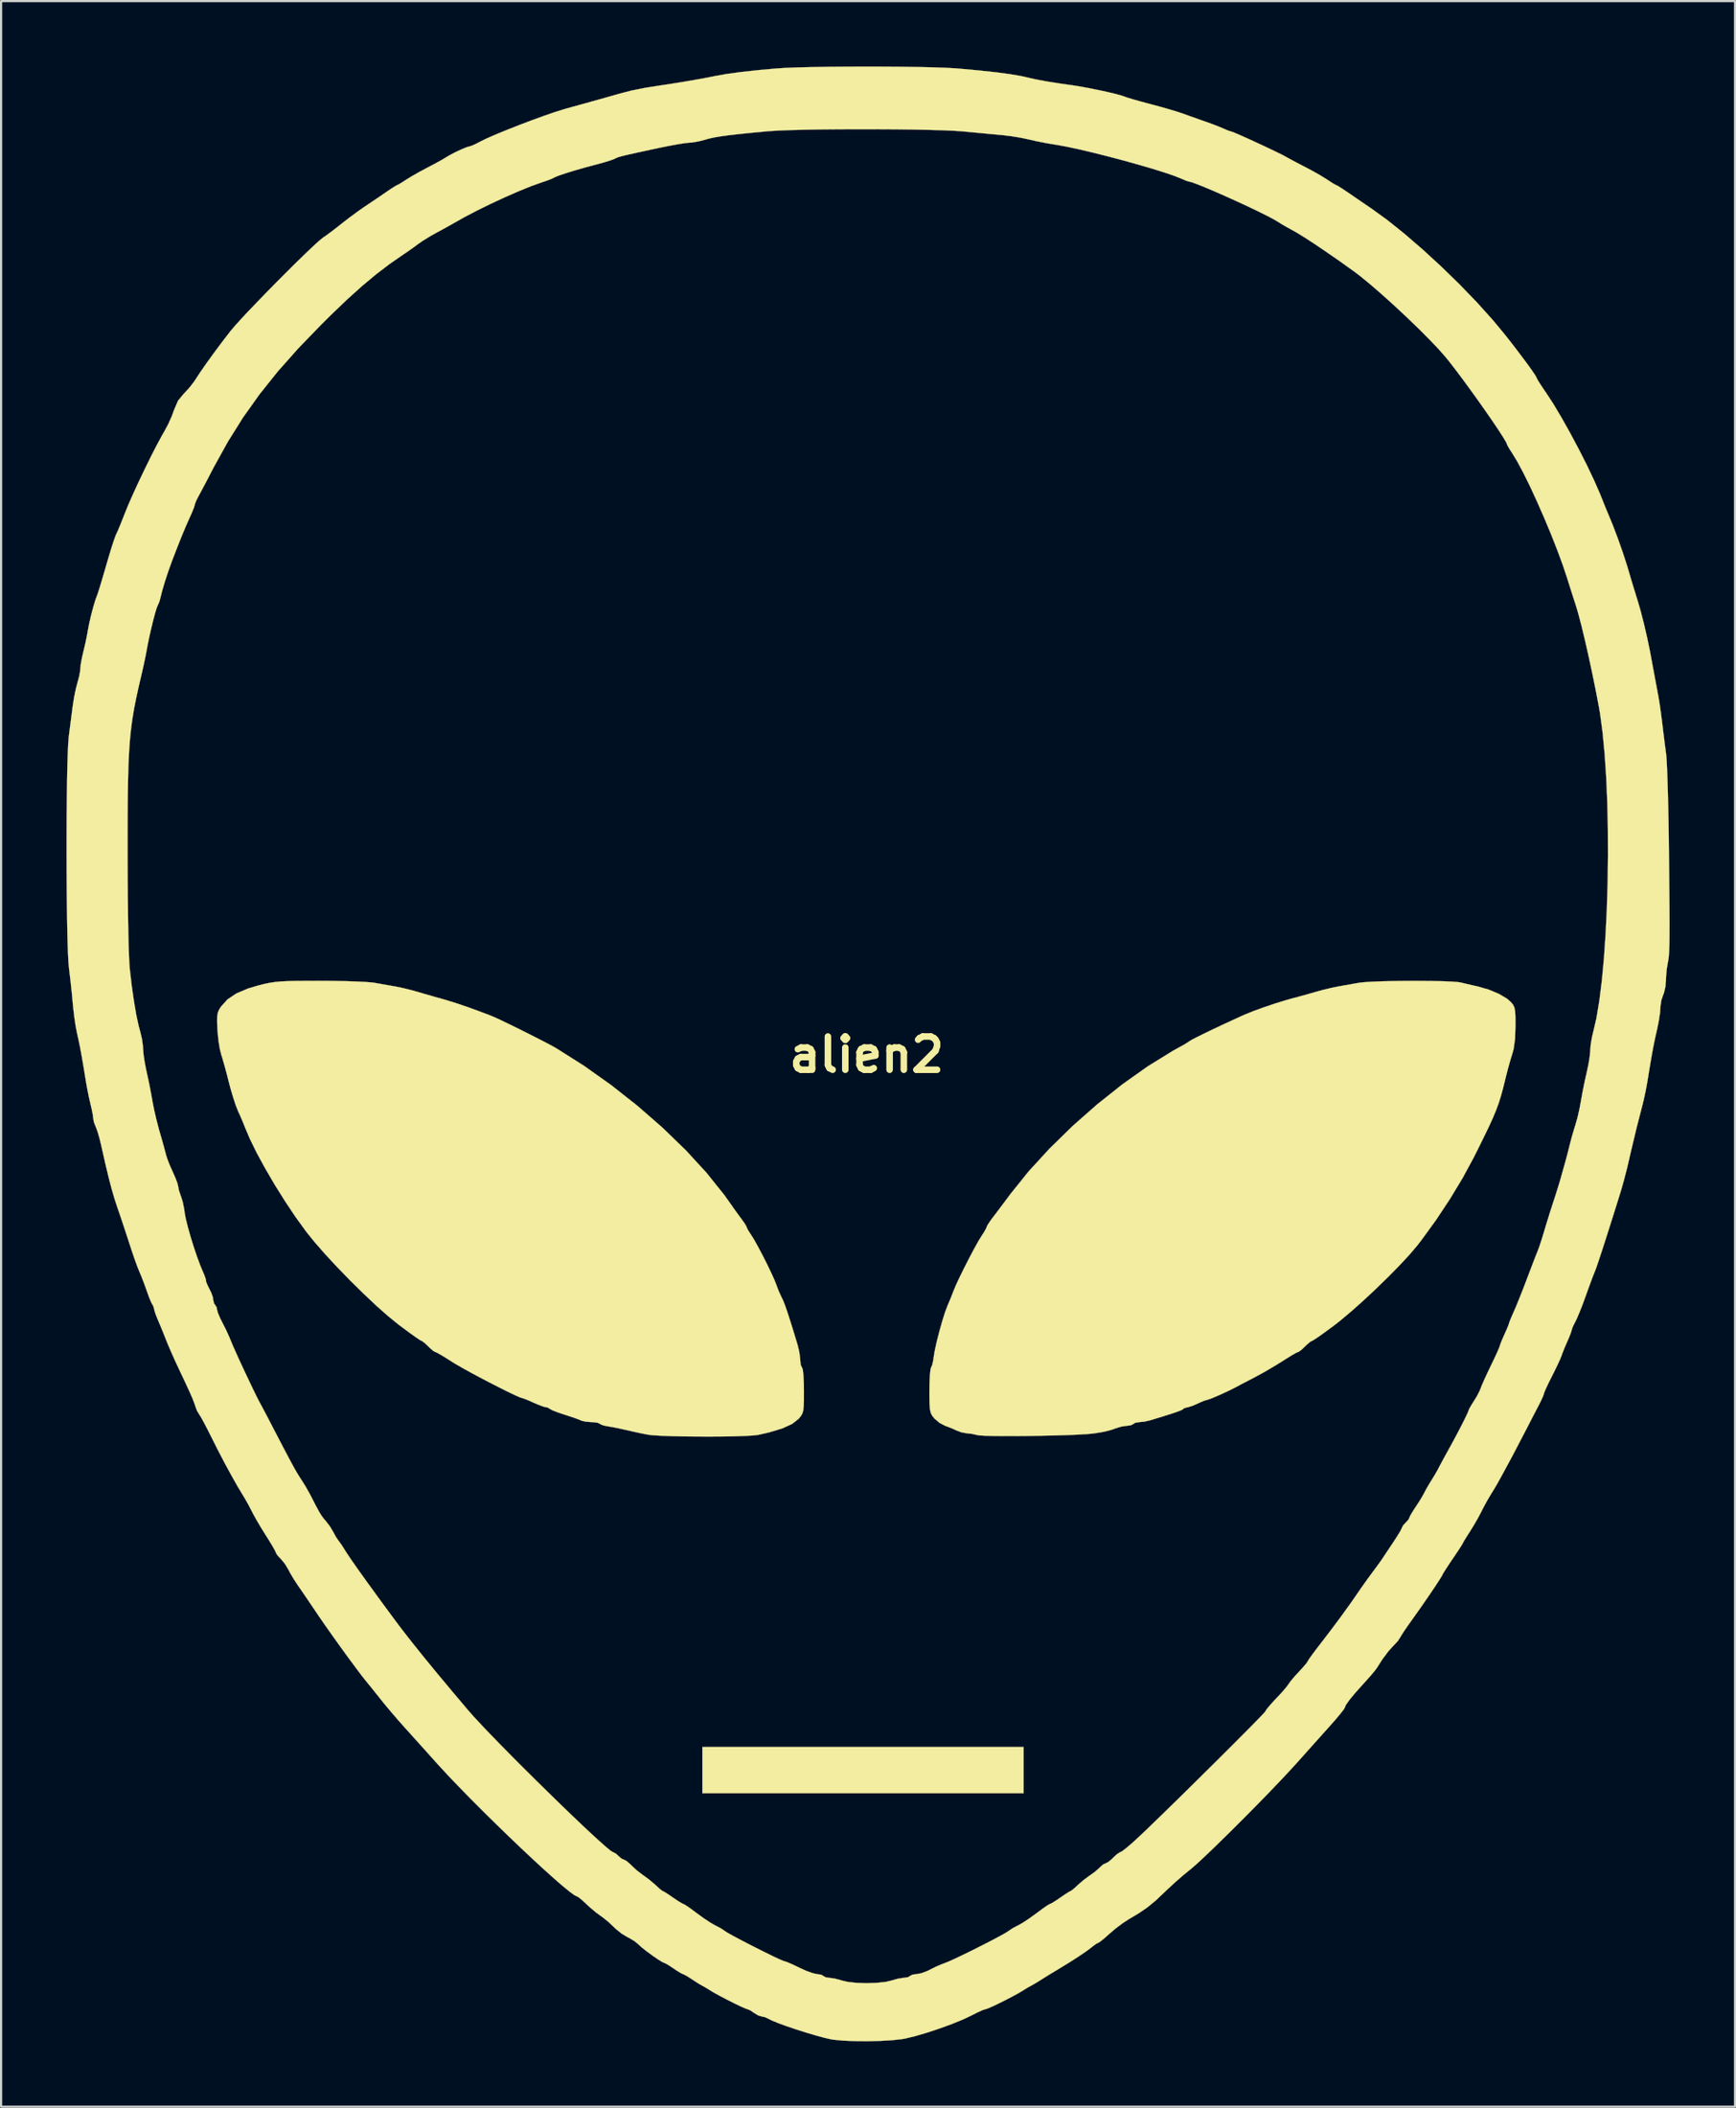
<source format=kicad_pcb>
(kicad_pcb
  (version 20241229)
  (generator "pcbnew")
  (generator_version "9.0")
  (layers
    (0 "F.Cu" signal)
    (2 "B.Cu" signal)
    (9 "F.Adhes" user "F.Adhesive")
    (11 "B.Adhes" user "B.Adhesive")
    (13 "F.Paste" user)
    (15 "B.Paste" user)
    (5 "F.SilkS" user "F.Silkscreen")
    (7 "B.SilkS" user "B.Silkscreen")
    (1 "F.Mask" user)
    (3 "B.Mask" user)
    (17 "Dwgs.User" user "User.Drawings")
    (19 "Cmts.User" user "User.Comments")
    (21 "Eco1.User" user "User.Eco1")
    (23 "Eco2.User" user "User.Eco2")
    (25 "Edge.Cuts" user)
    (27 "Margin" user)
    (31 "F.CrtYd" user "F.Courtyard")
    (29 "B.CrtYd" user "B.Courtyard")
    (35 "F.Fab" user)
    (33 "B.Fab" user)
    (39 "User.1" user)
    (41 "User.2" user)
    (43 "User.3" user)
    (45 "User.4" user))
  (footprint "alien2"
    (layer "F.Cu")
    (at 36.703 45.318)
    (property "Reference" "alien2" (at 0 0 0) (layer "F.SilkS") (effects (font (size 1.524 1.524) (thickness 0.3))))
    (attr through_hole)
    (fp_poly (pts (xy 7.197 33.867) (xy -7.535 33.867) (xy -7.535 31.75) (xy 7.197 31.75) (xy 7.197 33.867)) (stroke (width 0.01) (type solid)) (fill yes) (layer "F.SilkS"))
    (fp_poly (pts (xy -24.486 -3.383) (xy -23.912 -3.372) (xy -23.396 -3.355) (xy -22.969 -3.334) (xy -22.664 -3.309) (xy -22.569 -3.295) (xy -22.189 -3.228) (xy -21.786 -3.156) (xy -21.59 -3.122) (xy -21.246 -3.05) (xy -20.846 -2.95) (xy -20.574 -2.874) (xy -20.197 -2.763) (xy -19.758 -2.637) (xy -19.389 -2.534) (xy -18.837 -2.366) (xy -18.18 -2.141) (xy -17.466 -1.876) (xy -17.148 -1.751) (xy -16.946 -1.662) (xy -16.629 -1.512) (xy -16.233 -1.32) (xy -15.794 -1.103) (xy -15.347 -0.878) (xy -14.928 -0.665) (xy -14.572 -0.479) (xy -14.315 -0.34) (xy -14.254 -0.305) (xy -12.974 0.504) (xy -11.715 1.398) (xy -10.5 2.356) (xy -9.352 3.359) (xy -8.293 4.386) (xy -7.344 5.419) (xy -6.529 6.437) (xy -6.259 6.816) (xy -6.053 7.11) (xy -5.841 7.402) (xy -5.736 7.543) (xy -5.596 7.74) (xy -5.513 7.881) (xy -5.503 7.911) (xy -5.458 8.016) (xy -5.348 8.193) (xy -5.321 8.231) (xy -5.178 8.458) (xy -4.989 8.795) (xy -4.777 9.196) (xy -4.563 9.619) (xy -4.371 10.019) (xy -4.222 10.352) (xy -4.148 10.541) (xy -4.039 10.83) (xy -3.916 11.1) (xy -3.898 11.134) (xy -3.828 11.28) (xy -3.743 11.498) (xy -3.636 11.808) (xy -3.5 12.228) (xy -3.329 12.778) (xy -3.168 13.309) (xy -3.094 13.617) (xy -3.052 13.916) (xy -3.048 14.002) (xy -3.026 14.215) (xy -2.972 14.344) (xy -2.963 14.351) (xy -2.928 14.454) (xy -2.901 14.696) (xy -2.884 15.047) (xy -2.879 15.411) (xy -2.88 15.84) (xy -2.889 16.135) (xy -2.913 16.335) (xy -2.958 16.474) (xy -3.032 16.59) (xy -3.127 16.703) (xy -3.417 16.931) (xy -3.869 17.137) (xy -4.485 17.323) (xy -4.981 17.435) (xy -5.209 17.462) (xy -5.576 17.483) (xy -6.051 17.499) (xy -6.603 17.509) (xy -7.201 17.513) (xy -7.815 17.511) (xy -8.414 17.504) (xy -8.968 17.492) (xy -9.445 17.474) (xy -9.815 17.451) (xy -10.033 17.425) (xy -10.354 17.361) (xy -10.739 17.277) (xy -11.007 17.215) (xy -11.35 17.139) (xy -11.677 17.074) (xy -11.875 17.042) (xy -12.093 16.996) (xy -12.228 16.937) (xy -12.24 16.924) (xy -12.347 16.876) (xy -12.555 16.85) (xy -12.621 16.849) (xy -12.877 16.83) (xy -13.078 16.784) (xy -13.103 16.773) (xy -13.253 16.711) (xy -13.512 16.619) (xy -13.828 16.516) (xy -13.869 16.503) (xy -14.17 16.402) (xy -14.403 16.311) (xy -14.524 16.247) (xy -14.53 16.24) (xy -14.643 16.177) (xy -14.692 16.171) (xy -14.83 16.138) (xy -15.063 16.051) (xy -15.274 15.96) (xy -15.53 15.847) (xy -15.723 15.77) (xy -15.798 15.748) (xy -15.916 15.709) (xy -16.154 15.603) (xy -16.486 15.444) (xy -16.882 15.246) (xy -17.317 15.023) (xy -17.761 14.79) (xy -18.188 14.561) (xy -18.569 14.35) (xy -18.877 14.171) (xy -19.024 14.08) (xy -19.328 13.888) (xy -19.581 13.737) (xy -19.747 13.647) (xy -19.792 13.631) (xy -19.891 13.575) (xy -20.051 13.435) (xy -20.108 13.377) (xy -20.275 13.219) (xy -20.396 13.13) (xy -20.418 13.123) (xy -20.505 13.075) (xy -20.702 12.941) (xy -20.982 12.741) (xy -21.319 12.491) (xy -21.481 12.369) (xy -21.946 11.993) (xy -22.488 11.513) (xy -23.076 10.959) (xy -23.683 10.361) (xy -24.28 9.747) (xy -24.837 9.147) (xy -25.324 8.59) (xy -25.714 8.106) (xy -26.193 7.443) (xy -26.678 6.718) (xy -27.149 5.965) (xy -27.588 5.215) (xy -27.976 4.502) (xy -28.292 3.858) (xy -28.5 3.367) (xy -28.62 3.068) (xy -28.768 2.726) (xy -28.834 2.582) (xy -28.94 2.316) (xy -29.063 1.942) (xy -29.186 1.522) (xy -29.252 1.27) (xy -29.357 0.856) (xy -29.465 0.461) (xy -29.558 0.14) (xy -29.603 0) (xy -29.669 -0.265) (xy -29.729 -0.631) (xy -29.77 -1.031) (xy -29.778 -1.143) (xy -29.794 -1.516) (xy -29.79 -1.767) (xy -29.757 -1.943) (xy -29.689 -2.091) (xy -29.619 -2.2) (xy -29.321 -2.533) (xy -28.913 -2.807) (xy -28.375 -3.036) (xy -27.904 -3.175) (xy -27.633 -3.243) (xy -27.388 -3.295) (xy -27.141 -3.332) (xy -26.863 -3.358) (xy -26.524 -3.374) (xy -26.094 -3.383) (xy -25.545 -3.386) (xy -25.087 -3.387) (xy -24.486 -3.383)) (stroke (width 0.01) (type solid)) (fill yes) (layer "F.SilkS"))
    (fp_poly (pts (xy 25.93 -3.379) (xy 26.43 -3.368) (xy 26.843 -3.351) (xy 27.138 -3.328) (xy 27.253 -3.309) (xy 27.518 -3.245) (xy 27.85 -3.169) (xy 28.025 -3.13) (xy 28.532 -2.985) (xy 28.996 -2.791) (xy 29.37 -2.57) (xy 29.549 -2.415) (xy 29.645 -2.299) (xy 29.707 -2.175) (xy 29.742 -2.003) (xy 29.757 -1.745) (xy 29.76 -1.359) (xy 29.76 -1.326) (xy 29.74 -0.728) (xy 29.677 -0.269) (xy 29.615 -0.042) (xy 29.527 0.242) (xy 29.421 0.621) (xy 29.317 1.025) (xy 29.291 1.131) (xy 29.191 1.536) (xy 29.095 1.888) (xy 28.993 2.215) (xy 28.872 2.543) (xy 28.723 2.902) (xy 28.533 3.317) (xy 28.291 3.817) (xy 27.988 4.429) (xy 27.849 4.706) (xy 27.349 5.632) (xy 26.757 6.613) (xy 26.11 7.59) (xy 25.443 8.507) (xy 25.255 8.75) (xy 24.908 9.159) (xy 24.458 9.644) (xy 23.936 10.176) (xy 23.372 10.726) (xy 22.796 11.264) (xy 22.238 11.761) (xy 21.73 12.188) (xy 21.446 12.41) (xy 21.099 12.668) (xy 20.798 12.884) (xy 20.569 13.04) (xy 20.441 13.118) (xy 20.425 13.123) (xy 20.325 13.179) (xy 20.166 13.32) (xy 20.108 13.377) (xy 19.94 13.536) (xy 19.815 13.625) (xy 19.792 13.631) (xy 19.692 13.675) (xy 19.488 13.791) (xy 19.22 13.958) (xy 19.115 14.025) (xy 18.734 14.262) (xy 18.291 14.522) (xy 17.873 14.753) (xy 17.828 14.776) (xy 17.489 14.954) (xy 17.177 15.117) (xy 16.945 15.24) (xy 16.891 15.268) (xy 16.636 15.396) (xy 16.338 15.535) (xy 16.041 15.667) (xy 15.789 15.771) (xy 15.628 15.827) (xy 15.6 15.833) (xy 15.485 15.867) (xy 15.279 15.953) (xy 15.175 16.002) (xy 14.936 16.105) (xy 14.746 16.165) (xy 14.699 16.171) (xy 14.559 16.211) (xy 14.53 16.24) (xy 14.465 16.285) (xy 14.303 16.352) (xy 14.026 16.448) (xy 13.621 16.577) (xy 13.07 16.746) (xy 12.99 16.77) (xy 12.727 16.828) (xy 12.508 16.849) (xy 12.323 16.878) (xy 12.234 16.933) (xy 12.12 16.994) (xy 11.93 17.018) (xy 11.683 17.053) (xy 11.404 17.139) (xy 11.364 17.156) (xy 11.124 17.233) (xy 10.785 17.31) (xy 10.414 17.369) (xy 10.372 17.374) (xy 10.077 17.4) (xy 9.666 17.424) (xy 9.167 17.444) (xy 8.605 17.461) (xy 8.008 17.474) (xy 7.402 17.484) (xy 6.814 17.489) (xy 6.269 17.489) (xy 5.796 17.484) (xy 5.42 17.474) (xy 5.168 17.458) (xy 5.08 17.444) (xy 4.83 17.387) (xy 4.614 17.365) (xy 4.341 17.316) (xy 4.136 17.238) (xy 3.895 17.129) (xy 3.62 17.025) (xy 3.609 17.022) (xy 3.346 16.885) (xy 3.11 16.687) (xy 3.093 16.667) (xy 3.001 16.548) (xy 2.94 16.426) (xy 2.904 16.264) (xy 2.885 16.026) (xy 2.879 15.676) (xy 2.879 15.42) (xy 2.885 15.023) (xy 2.902 14.687) (xy 2.927 14.449) (xy 2.955 14.347) (xy 3.01 14.219) (xy 3.059 13.991) (xy 3.072 13.885) (xy 3.124 13.572) (xy 3.217 13.152) (xy 3.338 12.681) (xy 3.47 12.211) (xy 3.601 11.797) (xy 3.716 11.492) (xy 3.719 11.484) (xy 3.846 11.187) (xy 3.962 10.893) (xy 3.983 10.837) (xy 4.092 10.576) (xy 4.262 10.211) (xy 4.471 9.785) (xy 4.697 9.341) (xy 4.919 8.921) (xy 5.115 8.569) (xy 5.262 8.327) (xy 5.264 8.324) (xy 5.402 8.108) (xy 5.489 7.947) (xy 5.504 7.901) (xy 5.552 7.8) (xy 5.676 7.615) (xy 5.779 7.475) (xy 5.95 7.252) (xy 6.184 6.941) (xy 6.444 6.593) (xy 6.595 6.39) (xy 7.431 5.35) (xy 8.393 4.301) (xy 9.45 3.268) (xy 10.572 2.279) (xy 11.73 1.359) (xy 12.892 0.535) (xy 14.03 -0.168) (xy 14.393 -0.369) (xy 14.62 -0.497) (xy 14.796 -0.611) (xy 14.817 -0.626) (xy 14.937 -0.697) (xy 15.181 -0.822) (xy 15.522 -0.99) (xy 15.929 -1.186) (xy 16.374 -1.396) (xy 16.827 -1.605) (xy 17.259 -1.801) (xy 17.359 -1.845) (xy 17.735 -1.998) (xy 18.213 -2.172) (xy 18.731 -2.346) (xy 19.228 -2.5) (xy 19.558 -2.592) (xy 19.903 -2.684) (xy 20.305 -2.796) (xy 20.574 -2.874) (xy 20.95 -2.977) (xy 21.346 -3.071) (xy 21.59 -3.121) (xy 21.952 -3.185) (xy 22.36 -3.258) (xy 22.569 -3.295) (xy 22.819 -3.324) (xy 23.196 -3.347) (xy 23.672 -3.365) (xy 24.213 -3.377) (xy 24.791 -3.384) (xy 25.373 -3.384) (xy 25.93 -3.379)) (stroke (width 0.01) (type solid)) (fill yes) (layer "F.SilkS"))
    (fp_poly (pts (xy 0.761 -45.311) (xy 1.578 -45.305) (xy 2.343 -45.294) (xy 3.029 -45.279) (xy 3.608 -45.259) (xy 4.053 -45.235) (xy 4.149 -45.228) (xy 5.114 -45.14) (xy 5.917 -45.054) (xy 6.566 -44.968) (xy 7.069 -44.883) (xy 7.321 -44.826) (xy 7.741 -44.73) (xy 8.241 -44.636) (xy 8.853 -44.539) (xy 9.44 -44.456) (xy 9.788 -44.401) (xy 10.2 -44.325) (xy 10.638 -44.237) (xy 11.059 -44.145) (xy 11.425 -44.058) (xy 11.695 -43.984) (xy 11.811 -43.943) (xy 11.956 -43.891) (xy 12.227 -43.809) (xy 12.585 -43.709) (xy 12.992 -43.6) (xy 12.996 -43.599) (xy 13.442 -43.479) (xy 13.877 -43.355) (xy 14.248 -43.243) (xy 14.478 -43.166) (xy 14.81 -43.047) (xy 15.208 -42.906) (xy 15.536 -42.791) (xy 15.872 -42.67) (xy 16.181 -42.55) (xy 16.396 -42.459) (xy 16.594 -42.374) (xy 16.724 -42.334) (xy 16.731 -42.333) (xy 16.829 -42.299) (xy 17.048 -42.206) (xy 17.355 -42.07) (xy 17.717 -41.906) (xy 18.102 -41.728) (xy 18.478 -41.551) (xy 18.813 -41.39) (xy 19.073 -41.261) (xy 19.219 -41.183) (xy 19.391 -41.088) (xy 19.664 -40.942) (xy 19.989 -40.772) (xy 20.108 -40.711) (xy 20.467 -40.52) (xy 20.814 -40.323) (xy 21.088 -40.155) (xy 21.14 -40.121) (xy 21.351 -39.982) (xy 21.501 -39.894) (xy 21.541 -39.878) (xy 21.628 -39.833) (xy 21.817 -39.713) (xy 22.073 -39.542) (xy 22.161 -39.482) (xy 22.494 -39.253) (xy 22.832 -39.022) (xy 23.105 -38.836) (xy 23.121 -38.826) (xy 23.854 -38.298) (xy 24.656 -37.657) (xy 25.499 -36.93) (xy 26.355 -36.144) (xy 27.196 -35.325) (xy 27.993 -34.499) (xy 28.719 -33.693) (xy 29.286 -33.009) (xy 29.648 -32.546) (xy 29.981 -32.11) (xy 30.271 -31.721) (xy 30.503 -31.4) (xy 30.661 -31.167) (xy 30.732 -31.042) (xy 30.734 -31.031) (xy 30.779 -30.942) (xy 30.901 -30.747) (xy 31.077 -30.482) (xy 31.185 -30.325) (xy 31.512 -29.822) (xy 31.881 -29.201) (xy 32.272 -28.504) (xy 32.664 -27.769) (xy 33.035 -27.037) (xy 33.364 -26.346) (xy 33.63 -25.738) (xy 33.698 -25.569) (xy 33.82 -25.263) (xy 33.935 -24.981) (xy 33.991 -24.85) (xy 34.217 -24.305) (xy 34.458 -23.669) (xy 34.688 -23.015) (xy 34.882 -22.417) (xy 34.926 -22.267) (xy 35.054 -21.833) (xy 35.192 -21.377) (xy 35.315 -20.978) (xy 35.35 -20.87) (xy 35.492 -20.384) (xy 35.646 -19.788) (xy 35.796 -19.142) (xy 35.929 -18.504) (xy 35.969 -18.288) (xy 36.037 -17.918) (xy 36.113 -17.511) (xy 36.146 -17.335) (xy 36.215 -16.964) (xy 36.289 -16.572) (xy 36.32 -16.404) (xy 36.369 -16.107) (xy 36.426 -15.715) (xy 36.479 -15.301) (xy 36.492 -15.198) (xy 36.546 -14.752) (xy 36.606 -14.273) (xy 36.661 -13.855) (xy 36.669 -13.801) (xy 36.689 -13.579) (xy 36.709 -13.21) (xy 36.728 -12.715) (xy 36.747 -12.115) (xy 36.765 -11.431) (xy 36.78 -10.687) (xy 36.792 -9.902) (xy 36.796 -9.525) (xy 36.808 -8.485) (xy 36.816 -7.6) (xy 36.822 -6.856) (xy 36.826 -6.239) (xy 36.826 -5.735) (xy 36.824 -5.329) (xy 36.818 -5.008) (xy 36.809 -4.757) (xy 36.797 -4.562) (xy 36.781 -4.409) (xy 36.761 -4.284) (xy 36.742 -4.191) (xy 36.694 -3.893) (xy 36.666 -3.544) (xy 36.663 -3.418) (xy 36.636 -3.11) (xy 36.572 -2.833) (xy 36.534 -2.74) (xy 36.45 -2.492) (xy 36.408 -2.196) (xy 36.407 -2.149) (xy 36.387 -1.895) (xy 36.334 -1.548) (xy 36.259 -1.177) (xy 36.249 -1.133) (xy 36.181 -0.839) (xy 36.121 -0.557) (xy 36.061 -0.251) (xy 35.996 0.114) (xy 35.918 0.573) (xy 35.822 1.16) (xy 35.811 1.228) (xy 35.74 1.617) (xy 35.655 2.019) (xy 35.59 2.286) (xy 35.307 3.387) (xy 35.031 4.545) (xy 34.967 4.826) (xy 34.861 5.273) (xy 34.737 5.748) (xy 34.619 6.168) (xy 34.59 6.265) (xy 34.343 7.057) (xy 34.113 7.788) (xy 33.904 8.442) (xy 33.723 9.002) (xy 33.575 9.45) (xy 33.465 9.771) (xy 33.398 9.947) (xy 33.398 9.948) (xy 33.324 10.133) (xy 33.211 10.432) (xy 33.077 10.799) (xy 32.975 11.083) (xy 32.831 11.476) (xy 32.688 11.838) (xy 32.566 12.122) (xy 32.503 12.25) (xy 32.399 12.454) (xy 32.345 12.598) (xy 32.343 12.615) (xy 32.31 12.731) (xy 32.226 12.947) (xy 32.141 13.142) (xy 32.017 13.429) (xy 31.915 13.684) (xy 31.875 13.799) (xy 31.808 13.966) (xy 31.684 14.237) (xy 31.524 14.564) (xy 31.442 14.727) (xy 31.281 15.047) (xy 31.155 15.313) (xy 31.082 15.489) (xy 31.069 15.532) (xy 31.031 15.651) (xy 30.934 15.865) (xy 30.837 16.058) (xy 30.703 16.314) (xy 30.519 16.669) (xy 30.31 17.074) (xy 30.135 17.413) (xy 29.646 18.349) (xy 29.162 19.247) (xy 28.919 19.685) (xy 28.816 19.861) (xy 28.67 20.1) (xy 28.613 20.193) (xy 28.445 20.479) (xy 28.266 20.812) (xy 28.194 20.955) (xy 28.033 21.261) (xy 27.826 21.617) (xy 27.668 21.871) (xy 27.509 22.121) (xy 27.394 22.309) (xy 27.347 22.396) (xy 27.347 22.397) (xy 27.303 22.477) (xy 27.183 22.664) (xy 27.008 22.927) (xy 26.882 23.114) (xy 26.683 23.409) (xy 26.527 23.649) (xy 26.433 23.801) (xy 26.416 23.838) (xy 26.37 23.926) (xy 26.245 24.125) (xy 26.059 24.408) (xy 25.83 24.748) (xy 25.576 25.117) (xy 25.317 25.489) (xy 25.07 25.836) (xy 25.018 25.908) (xy 24.805 26.209) (xy 24.625 26.474) (xy 24.506 26.663) (xy 24.479 26.712) (xy 24.365 26.885) (xy 24.189 27.077) (xy 24.171 27.093) (xy 23.934 27.353) (xy 23.665 27.712) (xy 23.405 28.118) (xy 23.402 28.122) (xy 23.304 28.254) (xy 23.123 28.47) (xy 22.892 28.731) (xy 22.81 28.821) (xy 22.424 29.25) (xy 22.145 29.588) (xy 21.978 29.826) (xy 21.929 29.947) (xy 21.875 30.036) (xy 21.729 30.223) (xy 21.514 30.48) (xy 21.251 30.78) (xy 21.25 30.781) (xy 20.922 31.146) (xy 20.531 31.583) (xy 20.124 32.038) (xy 19.751 32.455) (xy 19.747 32.46) (xy 19.384 32.857) (xy 18.951 33.318) (xy 18.465 33.826) (xy 17.944 34.361) (xy 17.407 34.905) (xy 16.872 35.44) (xy 16.358 35.948) (xy 15.882 36.411) (xy 15.463 36.811) (xy 15.119 37.128) (xy 14.869 37.345) (xy 14.822 37.382) (xy 14.503 37.643) (xy 14.133 37.967) (xy 13.776 38.297) (xy 13.673 38.396) (xy 13.256 38.79) (xy 12.879 39.1) (xy 12.478 39.375) (xy 12.01 39.653) (xy 11.739 39.83) (xy 11.42 40.071) (xy 11.151 40.3) (xy 10.919 40.505) (xy 10.734 40.656) (xy 10.631 40.724) (xy 10.625 40.725) (xy 10.527 40.775) (xy 10.357 40.9) (xy 10.285 40.958) (xy 10.062 41.125) (xy 9.718 41.357) (xy 9.281 41.637) (xy 8.777 41.946) (xy 8.509 42.106) (xy 8.334 42.213) (xy 8.094 42.363) (xy 8.001 42.422) (xy 7.771 42.565) (xy 7.585 42.672) (xy 7.535 42.698) (xy 7.379 42.784) (xy 7.171 42.913) (xy 7.154 42.923) (xy 6.939 43.051) (xy 6.649 43.209) (xy 6.322 43.378) (xy 5.998 43.538) (xy 5.716 43.669) (xy 5.516 43.753) (xy 5.444 43.773) (xy 5.326 43.81) (xy 5.106 43.909) (xy 4.829 44.048) (xy 4.803 44.062) (xy 4.408 44.248) (xy 3.907 44.452) (xy 3.346 44.656) (xy 2.774 44.846) (xy 2.237 45.004) (xy 1.783 45.115) (xy 1.609 45.146) (xy 1.16 45.195) (xy 0.616 45.226) (xy 0.026 45.24) (xy -0.559 45.235) (xy -1.091 45.212) (xy -1.52 45.171) (xy -1.627 45.154) (xy -1.932 45.085) (xy -2.328 44.978) (xy -2.776 44.845) (xy -3.24 44.697) (xy -3.682 44.547) (xy -4.062 44.408) (xy -4.344 44.292) (xy -4.463 44.231) (xy -4.665 44.137) (xy -4.802 44.109) (xy -4.974 44.058) (xy -5.165 43.942) (xy -5.337 43.825) (xy -5.457 43.775) (xy -5.458 43.775) (xy -5.571 43.736) (xy -5.794 43.637) (xy -6.087 43.495) (xy -6.412 43.332) (xy -6.728 43.166) (xy -6.997 43.018) (xy -7.154 42.923) (xy -7.363 42.794) (xy -7.527 42.702) (xy -7.535 42.698) (xy -7.678 42.617) (xy -7.896 42.479) (xy -8.013 42.401) (xy -8.226 42.264) (xy -8.38 42.179) (xy -8.421 42.164) (xy -8.518 42.12) (xy -8.704 42.006) (xy -8.848 41.91) (xy -9.064 41.767) (xy -9.222 41.675) (xy -9.27 41.656) (xy -9.376 41.608) (xy -9.574 41.485) (xy -9.821 41.315) (xy -10.077 41.128) (xy -10.299 40.954) (xy -10.445 40.823) (xy -10.454 40.813) (xy -10.64 40.658) (xy -10.893 40.505) (xy -10.962 40.471) (xy -11.235 40.308) (xy -11.513 40.086) (xy -11.599 40.002) (xy -11.845 39.77) (xy -12.107 39.558) (xy -12.192 39.499) (xy -12.425 39.328) (xy -12.697 39.098) (xy -12.848 38.958) (xy -13.051 38.771) (xy -13.207 38.643) (xy -13.272 38.607) (xy -13.397 38.548) (xy -13.627 38.38) (xy -13.949 38.117) (xy -14.348 37.77) (xy -14.812 37.354) (xy -15.326 36.88) (xy -15.878 36.362) (xy -16.453 35.811) (xy -17.039 35.242) (xy -17.622 34.667) (xy -18.189 34.099) (xy -18.725 33.55) (xy -19.218 33.033) (xy -19.654 32.561) (xy -19.747 32.458) (xy -20.11 32.053) (xy -20.499 31.62) (xy -20.868 31.21) (xy -21.172 30.873) (xy -21.186 30.858) (xy -21.5 30.504) (xy -21.826 30.125) (xy -22.113 29.782) (xy -22.225 29.642) (xy -22.476 29.328) (xy -22.731 29.01) (xy -22.939 28.755) (xy -22.945 28.748) (xy -23.157 28.48) (xy -23.442 28.103) (xy -23.777 27.649) (xy -24.14 27.15) (xy -24.507 26.636) (xy -24.857 26.14) (xy -25.166 25.692) (xy -25.263 25.547) (xy -25.514 25.175) (xy -25.766 24.805) (xy -25.983 24.489) (xy -26.085 24.342) (xy -26.274 24.054) (xy -26.443 23.769) (xy -26.52 23.621) (xy -26.676 23.36) (xy -26.864 23.13) (xy -26.876 23.119) (xy -27.022 22.963) (xy -27.092 22.85) (xy -27.093 22.841) (xy -27.137 22.742) (xy -27.253 22.536) (xy -27.422 22.258) (xy -27.54 22.072) (xy -27.764 21.713) (xy -27.978 21.351) (xy -28.147 21.046) (xy -28.193 20.955) (xy -28.359 20.636) (xy -28.541 20.315) (xy -28.615 20.194) (xy -28.853 19.799) (xy -29.14 19.291) (xy -29.454 18.712) (xy -29.773 18.101) (xy -30.062 17.526) (xy -30.245 17.162) (xy -30.41 16.847) (xy -30.538 16.616) (xy -30.607 16.51) (xy -30.715 16.329) (xy -30.776 16.171) (xy -30.838 15.984) (xy -30.929 15.751) (xy -31.062 15.446) (xy -31.249 15.042) (xy -31.496 14.52) (xy -31.694 14.097) (xy -31.892 13.654) (xy -32.062 13.259) (xy -32.133 13.081) (xy -32.274 12.728) (xy -32.416 12.383) (xy -32.523 12.129) (xy -32.619 11.89) (xy -32.675 11.705) (xy -32.681 11.66) (xy -32.734 11.497) (xy -32.756 11.468) (xy -32.82 11.351) (xy -32.915 11.123) (xy -33.018 10.837) (xy -33.141 10.493) (xy -33.271 10.158) (xy -33.359 9.948) (xy -33.447 9.731) (xy -33.568 9.4) (xy -33.705 9.001) (xy -33.825 8.636) (xy -33.977 8.169) (xy -34.139 7.68) (xy -34.288 7.236) (xy -34.375 6.985) (xy -34.504 6.592) (xy -34.631 6.157) (xy -34.764 5.649) (xy -34.911 5.039) (xy -35.079 4.296) (xy -35.101 4.195) (xy -35.185 3.847) (xy -35.274 3.54) (xy -35.35 3.33) (xy -35.362 3.306) (xy -35.447 3.087) (xy -35.475 2.927) (xy -35.495 2.756) (xy -35.548 2.491) (xy -35.595 2.292) (xy -35.675 1.942) (xy -35.757 1.531) (xy -35.807 1.249) (xy -35.914 0.594) (xy -36.003 0.074) (xy -36.08 -0.342) (xy -36.151 -0.687) (xy -36.216 -0.974) (xy -36.279 -1.291) (xy -36.342 -1.707) (xy -36.394 -2.15) (xy -36.411 -2.328) (xy -36.457 -2.817) (xy -36.515 -3.362) (xy -36.575 -3.865) (xy -36.589 -3.979) (xy -36.614 -4.261) (xy -36.636 -4.691) (xy -36.654 -5.249) (xy -36.669 -5.913) (xy -36.681 -6.662) (xy -36.69 -7.476) (xy -36.696 -8.334) (xy -36.698 -9.215) (xy -36.698 -9.807) (xy -33.901 -9.807) (xy -33.901 -9.229) (xy -33.898 -8.183) (xy -33.891 -7.214) (xy -33.881 -6.336) (xy -33.867 -5.564) (xy -33.851 -4.912) (xy -33.831 -4.394) (xy -33.809 -4.027) (xy -33.801 -3.937) (xy -33.712 -3.169) (xy -33.61 -2.454) (xy -33.502 -1.824) (xy -33.391 -1.311) (xy -33.322 -1.058) (xy -33.243 -0.726) (xy -33.196 -0.385) (xy -33.19 -0.269) (xy -33.17 -0.008) (xy -33.117 0.346) (xy -33.043 0.726) (xy -33.028 0.789) (xy -32.933 1.224) (xy -32.839 1.699) (xy -32.764 2.113) (xy -32.764 2.117) (xy -32.69 2.498) (xy -32.584 2.959) (xy -32.465 3.418) (xy -32.426 3.556) (xy -32.318 3.93) (xy -32.224 4.267) (xy -32.157 4.518) (xy -32.136 4.6) (xy -32.072 4.8) (xy -31.958 5.087) (xy -31.831 5.37) (xy -31.704 5.658) (xy -31.614 5.901) (xy -31.581 6.043) (xy -31.549 6.213) (xy -31.472 6.446) (xy -31.455 6.486) (xy -31.37 6.758) (xy -31.304 7.089) (xy -31.288 7.214) (xy -31.24 7.49) (xy -31.144 7.879) (xy -31.015 8.338) (xy -30.866 8.821) (xy -30.709 9.285) (xy -30.56 9.684) (xy -30.475 9.884) (xy -30.377 10.116) (xy -30.318 10.288) (xy -30.311 10.33) (xy -30.296 10.418) (xy -30.239 10.56) (xy -30.124 10.794) (xy -30.07 10.9) (xy -29.992 11.116) (xy -29.972 11.255) (xy -29.933 11.417) (xy -29.887 11.472) (xy -29.814 11.593) (xy -29.803 11.674) (xy -29.764 11.825) (xy -29.664 12.065) (xy -29.555 12.283) (xy -29.39 12.61) (xy -29.235 12.949) (xy -29.164 13.123) (xy -29.08 13.327) (xy -28.938 13.645) (xy -28.758 14.041) (xy -28.555 14.479) (xy -28.346 14.921) (xy -28.15 15.332) (xy -27.983 15.674) (xy -27.862 15.91) (xy -27.835 15.96) (xy -27.756 16.105) (xy -27.621 16.36) (xy -27.453 16.681) (xy -27.344 16.891) (xy -27.005 17.542) (xy -26.734 18.063) (xy -26.519 18.471) (xy -26.349 18.786) (xy -26.216 19.027) (xy -26.107 19.214) (xy -26.012 19.367) (xy -25.938 19.48) (xy -25.751 19.778) (xy -25.552 20.128) (xy -25.451 20.32) (xy -25.259 20.696) (xy -25.118 20.957) (xy -25.003 21.143) (xy -24.892 21.291) (xy -24.793 21.405) (xy -24.612 21.642) (xy -24.468 21.886) (xy -24.345 22.115) (xy -24.226 22.289) (xy -24.08 22.487) (xy -24.011 22.596) (xy -23.86 22.837) (xy -23.631 23.178) (xy -23.317 23.626) (xy -22.915 24.187) (xy -22.42 24.869) (xy -21.827 25.676) (xy -21.718 25.823) (xy -21.303 26.376) (xy -20.831 26.98) (xy -20.293 27.651) (xy -19.674 28.405) (xy -18.964 29.255) (xy -18.276 30.069) (xy -18.017 30.363) (xy -17.673 30.733) (xy -17.26 31.167) (xy -16.79 31.651) (xy -16.277 32.172) (xy -15.733 32.717) (xy -15.174 33.272) (xy -14.612 33.825) (xy -14.06 34.362) (xy -13.533 34.871) (xy -13.043 35.337) (xy -12.604 35.748) (xy -12.229 36.09) (xy -11.933 36.351) (xy -11.728 36.518) (xy -11.627 36.576) (xy -11.511 36.633) (xy -11.388 36.745) (xy -11.24 36.872) (xy -11.136 36.915) (xy -11.022 36.972) (xy -10.852 37.115) (xy -10.79 37.178) (xy -10.546 37.405) (xy -10.277 37.612) (xy -10.245 37.633) (xy -9.984 37.824) (xy -9.718 38.048) (xy -9.674 38.089) (xy -9.5 38.248) (xy -9.38 38.343) (xy -9.356 38.354) (xy -9.268 38.399) (xy -9.086 38.516) (xy -8.89 38.65) (xy -8.657 38.808) (xy -8.478 38.916) (xy -8.404 38.95) (xy -8.311 38.999) (xy -8.121 39.128) (xy -7.87 39.312) (xy -7.789 39.373) (xy -7.487 39.593) (xy -7.194 39.787) (xy -6.967 39.919) (xy -6.943 39.931) (xy -6.712 40.052) (xy -6.534 40.167) (xy -6.517 40.181) (xy -6.397 40.259) (xy -6.162 40.391) (xy -5.841 40.563) (xy -5.465 40.759) (xy -5.065 40.963) (xy -4.671 41.16) (xy -4.314 41.335) (xy -4.025 41.472) (xy -3.833 41.555) (xy -3.775 41.573) (xy -3.66 41.609) (xy -3.437 41.704) (xy -3.152 41.838) (xy -3.09 41.869) (xy -2.775 42.012) (xy -2.488 42.117) (xy -2.288 42.163) (xy -2.27 42.164) (xy -2.082 42.192) (xy -1.99 42.249) (xy -1.874 42.312) (xy -1.71 42.335) (xy -1.481 42.365) (xy -1.203 42.437) (xy -1.143 42.458) (xy -0.859 42.523) (xy -0.455 42.566) (xy 0 42.58) (xy 0.474 42.564) (xy 0.874 42.521) (xy 1.143 42.458) (xy 1.417 42.379) (xy 1.666 42.337) (xy 1.71 42.335) (xy 1.897 42.305) (xy 1.99 42.249) (xy 2.104 42.187) (xy 2.288 42.164) (xy 2.512 42.123) (xy 2.787 42.019) (xy 2.897 41.964) (xy 3.192 41.817) (xy 3.492 41.691) (xy 3.575 41.662) (xy 3.761 41.588) (xy 4.055 41.454) (xy 4.426 41.278) (xy 4.842 41.074) (xy 5.272 40.858) (xy 5.683 40.647) (xy 6.045 40.456) (xy 6.326 40.301) (xy 6.495 40.198) (xy 6.517 40.181) (xy 6.679 40.071) (xy 6.908 39.947) (xy 6.943 39.931) (xy 7.155 39.812) (xy 7.441 39.624) (xy 7.746 39.405) (xy 7.789 39.373) (xy 8.052 39.178) (xy 8.264 39.03) (xy 8.389 38.955) (xy 8.404 38.95) (xy 8.503 38.903) (xy 8.693 38.784) (xy 8.89 38.65) (xy 9.119 38.494) (xy 9.289 38.387) (xy 9.356 38.354) (xy 9.438 38.3) (xy 9.593 38.165) (xy 9.674 38.089) (xy 9.926 37.87) (xy 10.197 37.666) (xy 10.245 37.635) (xy 10.48 37.465) (xy 10.677 37.291) (xy 10.702 37.264) (xy 10.852 37.132) (xy 10.962 37.084) (xy 11.077 37.027) (xy 11.247 36.886) (xy 11.303 36.83) (xy 11.474 36.671) (xy 11.605 36.582) (xy 11.63 36.576) (xy 11.726 36.522) (xy 11.913 36.378) (xy 12.158 36.17) (xy 12.296 36.047) (xy 12.527 35.832) (xy 12.842 35.533) (xy 13.227 35.162) (xy 13.668 34.733) (xy 14.151 34.261) (xy 14.663 33.759) (xy 15.189 33.24) (xy 15.716 32.719) (xy 16.23 32.21) (xy 16.716 31.725) (xy 17.161 31.279) (xy 17.552 30.886) (xy 17.873 30.559) (xy 18.112 30.312) (xy 18.253 30.159) (xy 18.288 30.114) (xy 18.343 30.023) (xy 18.489 29.845) (xy 18.699 29.614) (xy 18.775 29.534) (xy 19.013 29.279) (xy 19.21 29.052) (xy 19.332 28.896) (xy 19.346 28.872) (xy 19.446 28.732) (xy 19.626 28.519) (xy 19.833 28.292) (xy 20.034 28.073) (xy 20.178 27.902) (xy 20.235 27.815) (xy 20.235 27.814) (xy 20.284 27.729) (xy 20.416 27.542) (xy 20.608 27.283) (xy 20.765 27.08) (xy 21.296 26.387) (xy 21.791 25.723) (xy 22.222 25.125) (xy 22.499 24.723) (xy 22.721 24.402) (xy 22.983 24.034) (xy 23.196 23.745) (xy 23.394 23.478) (xy 23.56 23.25) (xy 23.659 23.108) (xy 23.664 23.1) (xy 23.749 22.97) (xy 23.9 22.743) (xy 24.089 22.46) (xy 24.151 22.368) (xy 24.334 22.086) (xy 24.474 21.856) (xy 24.547 21.714) (xy 24.553 21.692) (xy 24.61 21.584) (xy 24.723 21.463) (xy 24.849 21.325) (xy 24.892 21.237) (xy 24.937 21.133) (xy 25.052 20.939) (xy 25.168 20.764) (xy 25.347 20.489) (xy 25.504 20.228) (xy 25.568 20.108) (xy 25.693 19.875) (xy 25.856 19.599) (xy 25.909 19.516) (xy 26.066 19.261) (xy 26.198 19.028) (xy 26.23 18.965) (xy 26.331 18.771) (xy 26.475 18.504) (xy 26.572 18.33) (xy 26.781 17.951) (xy 26.996 17.554) (xy 27.199 17.168) (xy 27.376 16.823) (xy 27.511 16.549) (xy 27.589 16.377) (xy 27.601 16.335) (xy 27.645 16.23) (xy 27.757 16.037) (xy 27.845 15.9) (xy 28.001 15.644) (xy 28.12 15.41) (xy 28.153 15.325) (xy 28.216 15.163) (xy 28.336 14.891) (xy 28.494 14.551) (xy 28.629 14.268) (xy 28.795 13.922) (xy 28.929 13.633) (xy 29.015 13.434) (xy 29.041 13.36) (xy 29.073 13.255) (xy 29.158 13.047) (xy 29.252 12.835) (xy 29.365 12.581) (xy 29.442 12.391) (xy 29.464 12.319) (xy 29.497 12.219) (xy 29.582 12.015) (xy 29.679 11.795) (xy 29.795 11.528) (xy 29.948 11.153) (xy 30.119 10.72) (xy 30.28 10.298) (xy 30.436 9.886) (xy 30.58 9.509) (xy 30.697 9.208) (xy 30.771 9.024) (xy 30.774 9.017) (xy 30.852 8.81) (xy 30.953 8.504) (xy 31.058 8.16) (xy 31.068 8.128) (xy 31.187 7.728) (xy 31.333 7.261) (xy 31.475 6.821) (xy 31.49 6.773) (xy 31.614 6.393) (xy 31.73 6.023) (xy 31.818 5.73) (xy 31.834 5.673) (xy 31.929 5.332) (xy 32.03 4.976) (xy 32.048 4.911) (xy 32.137 4.583) (xy 32.229 4.219) (xy 32.257 4.106) (xy 32.346 3.768) (xy 32.457 3.388) (xy 32.511 3.217) (xy 32.605 2.886) (xy 32.698 2.479) (xy 32.765 2.117) (xy 32.84 1.695) (xy 32.937 1.218) (xy 33.027 0.823) (xy 33.107 0.455) (xy 33.165 0.098) (xy 33.19 -0.174) (xy 33.19 -0.193) (xy 33.215 -0.487) (xy 33.278 -0.837) (xy 33.322 -1.016) (xy 33.474 -1.673) (xy 33.608 -2.476) (xy 33.724 -3.404) (xy 33.82 -4.435) (xy 33.896 -5.548) (xy 33.953 -6.72) (xy 33.989 -7.931) (xy 34.004 -9.158) (xy 33.999 -10.379) (xy 33.972 -11.574) (xy 33.923 -12.719) (xy 33.851 -13.794) (xy 33.757 -14.777) (xy 33.641 -15.646) (xy 33.587 -15.96) (xy 33.437 -16.74) (xy 33.276 -17.532) (xy 33.109 -18.306) (xy 32.943 -19.032) (xy 32.786 -19.682) (xy 32.643 -20.226) (xy 32.522 -20.634) (xy 32.514 -20.659) (xy 32.413 -20.967) (xy 32.287 -21.361) (xy 32.159 -21.766) (xy 32.135 -21.844) (xy 31.928 -22.464) (xy 31.673 -23.157) (xy 31.382 -23.893) (xy 31.068 -24.643) (xy 30.745 -25.378) (xy 30.425 -26.07) (xy 30.121 -26.687) (xy 29.845 -27.202) (xy 29.618 -27.574) (xy 29.481 -27.787) (xy 29.395 -27.938) (xy 29.379 -27.979) (xy 29.331 -28.091) (xy 29.196 -28.318) (xy 28.989 -28.639) (xy 28.725 -29.032) (xy 28.418 -29.476) (xy 28.084 -29.95) (xy 27.737 -30.434) (xy 27.392 -30.907) (xy 27.063 -31.346) (xy 26.766 -31.732) (xy 26.574 -31.972) (xy 26.244 -32.349) (xy 25.809 -32.805) (xy 25.3 -33.315) (xy 24.742 -33.851) (xy 24.166 -34.388) (xy 23.598 -34.898) (xy 23.068 -35.356) (xy 22.603 -35.735) (xy 22.358 -35.92) (xy 21.734 -36.366) (xy 21.137 -36.781) (xy 20.591 -37.151) (xy 20.118 -37.46) (xy 19.742 -37.692) (xy 19.558 -37.796) (xy 19.269 -37.954) (xy 19.011 -38.104) (xy 18.881 -38.187) (xy 18.676 -38.309) (xy 18.357 -38.477) (xy 17.952 -38.678) (xy 17.487 -38.9) (xy 16.988 -39.132) (xy 16.481 -39.361) (xy 15.994 -39.575) (xy 15.553 -39.763) (xy 15.183 -39.912) (xy 14.913 -40.011) (xy 14.767 -40.047) (xy 14.767 -40.047) (xy 14.662 -40.079) (xy 14.474 -40.158) (xy 14.448 -40.17) (xy 14.124 -40.299) (xy 13.665 -40.456) (xy 13.1 -40.633) (xy 12.459 -40.82) (xy 11.772 -41.011) (xy 11.07 -41.196) (xy 10.383 -41.369) (xy 9.74 -41.521) (xy 9.171 -41.643) (xy 8.706 -41.728) (xy 8.636 -41.738) (xy 8.221 -41.808) (xy 7.778 -41.896) (xy 7.451 -41.971) (xy 7.087 -42.049) (xy 6.645 -42.121) (xy 6.215 -42.174) (xy 6.181 -42.177) (xy 5.795 -42.212) (xy 5.309 -42.258) (xy 4.791 -42.307) (xy 4.403 -42.344) (xy 4.015 -42.371) (xy 3.484 -42.394) (xy 2.836 -42.413) (xy 2.094 -42.427) (xy 1.287 -42.437) (xy 0.439 -42.442) (xy -0.425 -42.443) (xy -1.278 -42.44) (xy -2.094 -42.432) (xy -2.849 -42.419) (xy -3.516 -42.402) (xy -4.07 -42.38) (xy -4.484 -42.354) (xy -4.53 -42.35) (xy -5.277 -42.279) (xy -5.878 -42.218) (xy -6.353 -42.163) (xy -6.726 -42.111) (xy -7.018 -42.061) (xy -7.25 -42.008) (xy -7.408 -41.962) (xy -7.719 -41.882) (xy -8.02 -41.832) (xy -8.128 -41.826) (xy -8.318 -41.807) (xy -8.634 -41.758) (xy -9.035 -41.685) (xy -9.482 -41.595) (xy -9.61 -41.568) (xy -10.192 -41.442) (xy -10.633 -41.346) (xy -10.953 -41.274) (xy -11.178 -41.221) (xy -11.328 -41.181) (xy -11.429 -41.148) (xy -11.502 -41.116) (xy -11.557 -41.088) (xy -11.715 -41.026) (xy -11.987 -40.94) (xy -12.324 -40.845) (xy -12.446 -40.813) (xy -12.926 -40.685) (xy -13.385 -40.553) (xy -13.79 -40.428) (xy -14.109 -40.321) (xy -14.309 -40.24) (xy -14.351 -40.216) (xy -14.474 -40.158) (xy -14.702 -40.073) (xy -14.901 -40.006) (xy -15.373 -39.838) (xy -15.949 -39.604) (xy -16.589 -39.325) (xy -17.248 -39.019) (xy -17.887 -38.705) (xy -18.462 -38.404) (xy -18.754 -38.239) (xy -19.06 -38.065) (xy -19.428 -37.862) (xy -19.719 -37.705) (xy -20.044 -37.522) (xy -20.356 -37.329) (xy -20.566 -37.184) (xy -20.827 -36.992) (xy -21.131 -36.78) (xy -21.25 -36.7) (xy -21.881 -36.263) (xy -22.504 -35.788) (xy -23.144 -35.254) (xy -23.826 -34.64) (xy -24.574 -33.924) (xy -24.997 -33.505) (xy -26.069 -32.396) (xy -27.012 -31.334) (xy -27.848 -30.288) (xy -28.602 -29.228) (xy -29.294 -28.124) (xy -29.947 -26.946) (xy -30.051 -26.745) (xy -30.244 -26.372) (xy -30.429 -26.021) (xy -30.578 -25.742) (xy -30.644 -25.62) (xy -30.754 -25.407) (xy -30.814 -25.25) (xy -30.819 -25.223) (xy -30.852 -25.106) (xy -30.94 -24.885) (xy -31.061 -24.611) (xy -31.229 -24.235) (xy -31.41 -23.803) (xy -31.618 -23.28) (xy -31.868 -22.631) (xy -31.877 -22.606) (xy -32.042 -22.148) (xy -32.196 -21.678) (xy -32.32 -21.256) (xy -32.384 -20.997) (xy -32.444 -20.775) (xy -32.508 -20.625) (xy -32.514 -20.616) (xy -32.564 -20.496) (xy -32.639 -20.249) (xy -32.728 -19.914) (xy -32.822 -19.53) (xy -32.911 -19.136) (xy -32.986 -18.772) (xy -33.02 -18.584) (xy -33.073 -18.303) (xy -33.152 -17.925) (xy -33.243 -17.52) (xy -33.271 -17.399) (xy -33.401 -16.839) (xy -33.512 -16.33) (xy -33.606 -15.852) (xy -33.683 -15.387) (xy -33.746 -14.914) (xy -33.796 -14.416) (xy -33.834 -13.872) (xy -33.862 -13.264) (xy -33.881 -12.573) (xy -33.893 -11.779) (xy -33.899 -10.864) (xy -33.901 -9.807) (xy -36.698 -9.807) (xy -36.698 -10.097) (xy -36.694 -10.961) (xy -36.686 -11.784) (xy -36.676 -12.546) (xy -36.662 -13.227) (xy -36.645 -13.805) (xy -36.624 -14.258) (xy -36.6 -14.568) (xy -36.596 -14.605) (xy -36.538 -15.05) (xy -36.476 -15.529) (xy -36.423 -15.947) (xy -36.415 -16.002) (xy -36.355 -16.386) (xy -36.276 -16.769) (xy -36.201 -17.053) (xy -36.122 -17.345) (xy -36.074 -17.61) (xy -36.068 -17.702) (xy -36.047 -17.908) (xy -35.992 -18.205) (xy -35.931 -18.47) (xy -35.844 -18.837) (xy -35.765 -19.214) (xy -35.727 -19.43) (xy -35.661 -19.777) (xy -35.569 -20.174) (xy -35.466 -20.561) (xy -35.368 -20.882) (xy -35.308 -21.04) (xy -35.258 -21.179) (xy -35.173 -21.447) (xy -35.064 -21.811) (xy -34.939 -22.237) (xy -34.885 -22.425) (xy -34.754 -22.872) (xy -34.63 -23.278) (xy -34.522 -23.605) (xy -34.444 -23.819) (xy -34.424 -23.864) (xy -34.341 -24.044) (xy -34.221 -24.332) (xy -34.085 -24.675) (xy -34.034 -24.807) (xy -33.869 -25.212) (xy -33.646 -25.719) (xy -33.384 -26.287) (xy -33.102 -26.878) (xy -32.819 -27.452) (xy -32.553 -27.971) (xy -32.324 -28.394) (xy -32.22 -28.575) (xy -32.034 -28.92) (xy -31.867 -29.293) (xy -31.777 -29.548) (xy -31.584 -29.996) (xy -31.324 -30.31) (xy -31.083 -30.567) (xy -30.859 -30.854) (xy -30.798 -30.946) (xy -30.578 -31.282) (xy -30.278 -31.713) (xy -29.928 -32.198) (xy -29.553 -32.7) (xy -29.182 -33.182) (xy -29.176 -33.189) (xy -28.988 -33.412) (xy -28.708 -33.722) (xy -28.356 -34.099) (xy -27.949 -34.524) (xy -27.506 -34.981) (xy -27.046 -35.448) (xy -26.587 -35.909) (xy -26.148 -36.344) (xy -25.747 -36.735) (xy -25.403 -37.062) (xy -25.133 -37.308) (xy -24.958 -37.453) (xy -24.934 -37.47) (xy -24.751 -37.598) (xy -24.484 -37.797) (xy -24.184 -38.03) (xy -24.088 -38.107) (xy -23.747 -38.371) (xy -23.387 -38.638) (xy -23.076 -38.858) (xy -23.029 -38.888) (xy -22.697 -39.111) (xy -22.322 -39.365) (xy -22.071 -39.537) (xy -21.823 -39.705) (xy -21.632 -39.827) (xy -21.538 -39.878) (xy -21.536 -39.878) (xy -21.447 -39.921) (xy -21.267 -40.032) (xy -21.14 -40.116) (xy -20.889 -40.271) (xy -20.553 -40.463) (xy -20.199 -40.654) (xy -20.151 -40.679) (xy -19.827 -40.849) (xy -19.537 -41.008) (xy -19.334 -41.127) (xy -19.304 -41.146) (xy -19.1 -41.266) (xy -18.836 -41.402) (xy -18.564 -41.528) (xy -18.336 -41.621) (xy -18.207 -41.656) (xy -18.09 -41.694) (xy -17.884 -41.79) (xy -17.762 -41.855) (xy -17.459 -42.004) (xy -17.032 -42.192) (xy -16.516 -42.405) (xy -15.946 -42.63) (xy -15.358 -42.852) (xy -14.789 -43.059) (xy -14.275 -43.236) (xy -13.85 -43.369) (xy -13.758 -43.395) (xy -13.175 -43.555) (xy -12.583 -43.72) (xy -12.03 -43.875) (xy -11.563 -44.007) (xy -11.345 -44.07) (xy -10.78 -44.216) (xy -10.153 -44.341) (xy -9.483 -44.446) (xy -8.996 -44.519) (xy -8.449 -44.607) (xy -7.898 -44.702) (xy -7.398 -44.792) (xy -7.007 -44.87) (xy -6.985 -44.875) (xy -6.441 -44.973) (xy -5.739 -45.068) (xy -4.889 -45.16) (xy -4.106 -45.229) (xy -3.694 -45.255) (xy -3.142 -45.275) (xy -2.477 -45.291) (xy -1.727 -45.303) (xy -0.919 -45.31) (xy -0.08 -45.313) (xy 0.761 -45.311)) (stroke (width 0.01) (type solid)) (fill yes) (layer "F.SilkS")))
  (gr_rect
    (start -3 -3)
    (end 76.535 93.562)
    (stroke (width 0.1) (type default))
    (fill no)
    (layer "Edge.Cuts")))
</source>
